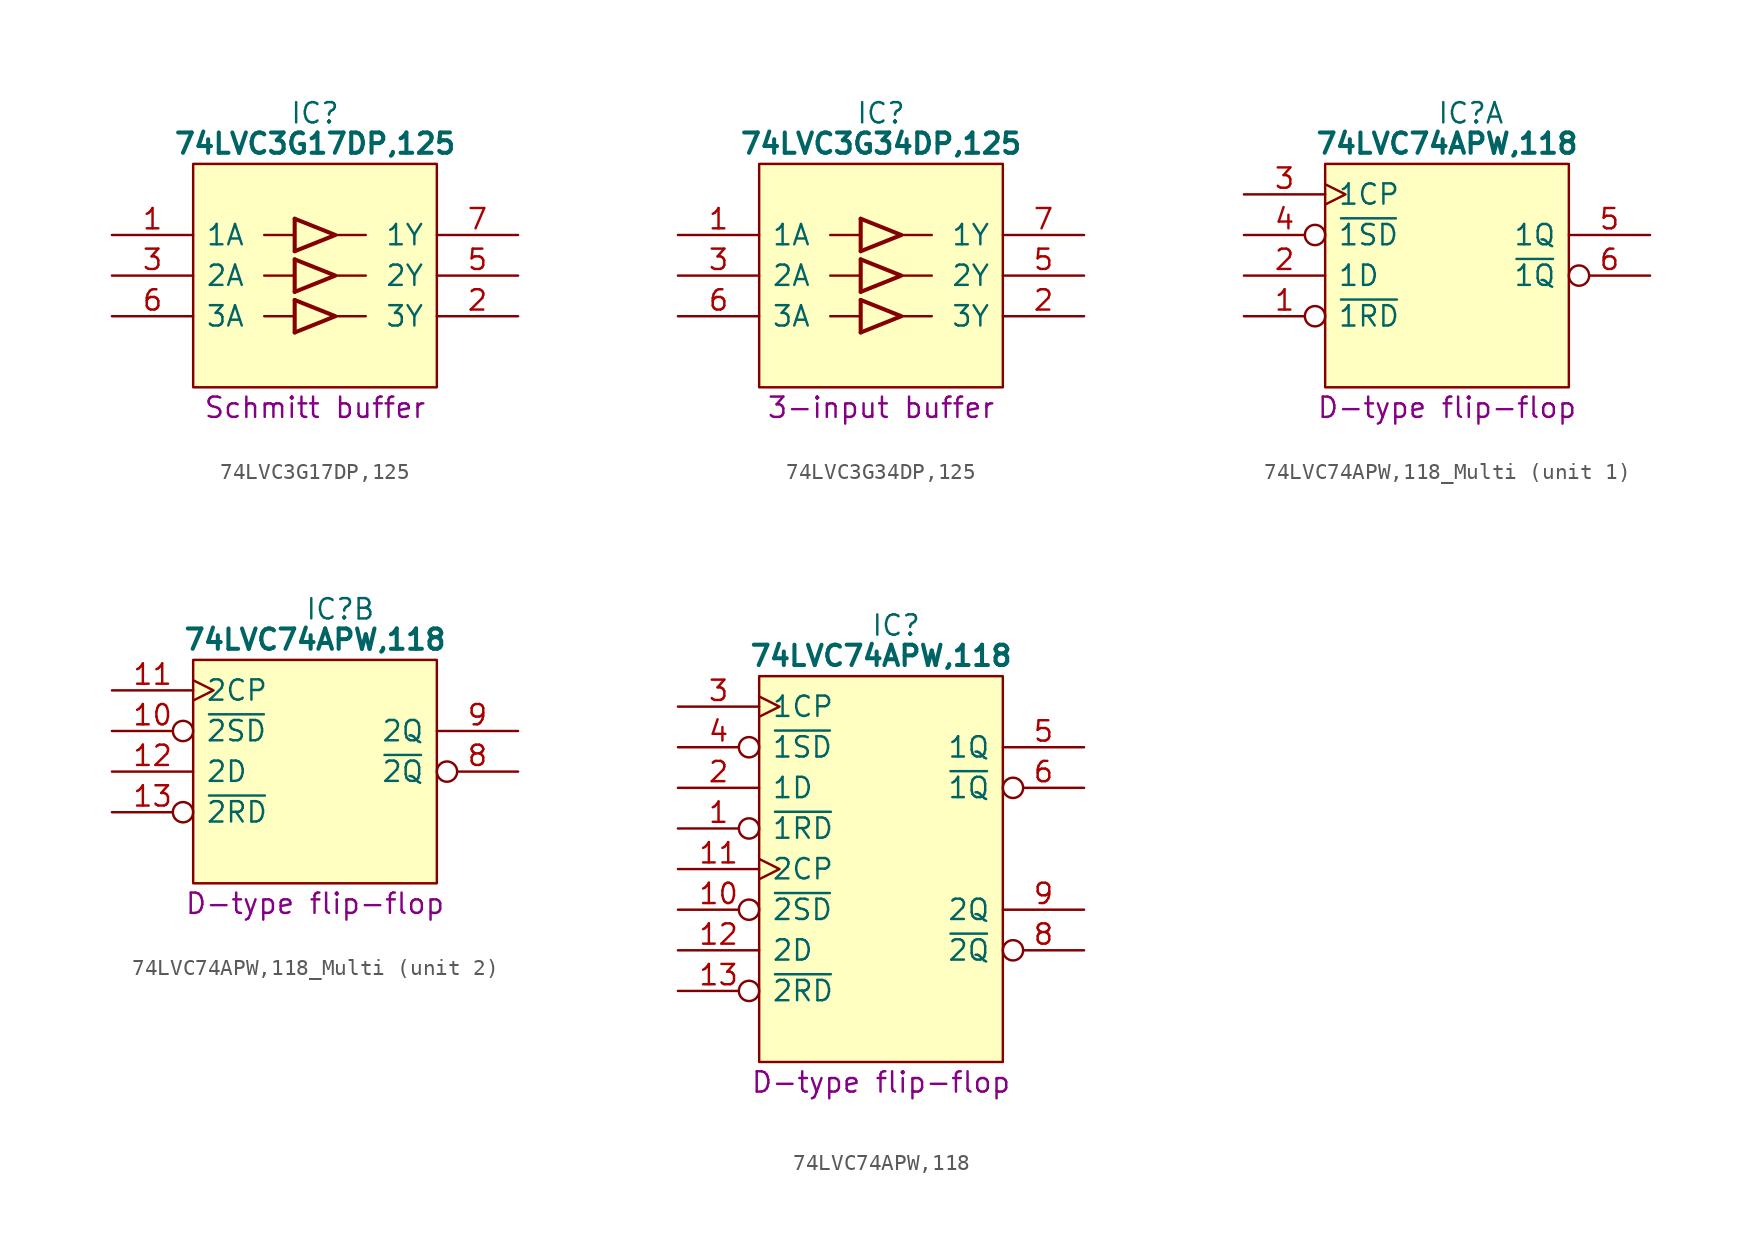
<source format=kicad_sym>
(kicad_symbol_lib
  (version 20231120)
  (generator "kicad_symbol_editor")
  (generator_version "8.0")
  (symbol "74LVC3G17DP,125"
    (pin_names
      (offset 0.762))
    (property "Reference" "IC"
      (at 12.7 7.62 0)
      (effects (font (size 1.27 1.27))))
    (property "Value" "74LVC3G17DP,125"
      (at 12.7 5.715 0)
      (effects (font (size 1.27 1.27) (bold yes))))
    (property "Description" "Schmitt buffer"
      (at 12.7 -10.795 0)
      (effects (font (size 1.27 1.27))))
    (symbol "74LVC3G17DP,125_0_0"
      (pin input line (at 0 0 0) (length 5.08) (name "1A" (effects (font (size 1.27 1.27)))) (number "1" (effects (font (size 1.27 1.27)))))
      (pin output line (at 25.4 -5.08 180) (length 5.08) (name "3Y" (effects (font (size 1.27 1.27)))) (number "2" (effects (font (size 1.27 1.27)))))
      (pin input line (at 0 -2.54 0) (length 5.08) (name "2A" (effects (font (size 1.27 1.27)))) (number "3" (effects (font (size 1.27 1.27)))))
      (pin passive line (at 0 -7.62 0) (length 5.08) hide (name "GND" (effects (font (size 1.27 1.27)))) (number "4" (effects (font (size 1.27 1.27)))))
      (pin output line (at 25.4 -2.54 180) (length 5.08) (name "2Y" (effects (font (size 1.27 1.27)))) (number "5" (effects (font (size 1.27 1.27)))))
      (pin input line (at 0 -5.08 0) (length 5.08) (name "3A" (effects (font (size 1.27 1.27)))) (number "6" (effects (font (size 1.27 1.27)))))
      (pin output line (at 25.4 0 180) (length 5.08) (name "1Y" (effects (font (size 1.27 1.27)))) (number "7" (effects (font (size 1.27 1.27)))))
      (pin passive line (at 25.4 2.54 180) (length 5.08) hide (name "3V" (effects (font (size 1.27 1.27)))) (number "8" (effects (font (size 1.27 1.27))))))
    (symbol "74LVC3G17DP,125_0_1"
      (polyline (pts (xy 9.525 -5.08) (xy 11.43 -5.08)) (stroke (width 0) (type default)) (fill (type none)))
      (polyline (pts (xy 9.525 -2.54) (xy 11.43 -2.54)) (stroke (width 0) (type default)) (fill (type none)))
      (polyline (pts (xy 9.525 0) (xy 11.43 0)) (stroke (width 0) (type default)) (fill (type none)))
      (polyline (pts (xy 13.97 -5.08) (xy 15.875 -5.08)) (stroke (width 0) (type default)) (fill (type none)))
      (polyline (pts (xy 13.97 -2.54) (xy 15.875 -2.54)) (stroke (width 0) (type default)) (fill (type none)))
      (polyline (pts (xy 13.97 0) (xy 15.875 0)) (stroke (width 0) (type default)) (fill (type none)))
      (polyline (pts (xy 11.43 -6.096) (xy 13.97 -5.08) (xy 11.43 -4.064)) (stroke (width 0.254) (type default)) (fill (type none)))
      (polyline (pts (xy 11.43 -3.556) (xy 13.97 -2.54) (xy 11.43 -1.524)) (stroke (width 0.254) (type default)) (fill (type none)))
      (polyline (pts (xy 11.43 -1.016) (xy 13.97 0) (xy 11.43 1.016)) (stroke (width 0.254) (type default)) (fill (type none)))
      (polyline (pts (xy 5.08 4.445) (xy 20.32 4.445) (xy 20.32 -9.525) (xy 5.08 -9.525) (xy 5.08 4.445)) (stroke (width 0.152) (type default)) (fill (type background)))
      (rectangle (start 11.43 -4.064) (end 11.43 -6.096) (stroke (width 0.254) (type default)) (fill (type background)))
      (rectangle (start 11.43 -1.524) (end 11.43 -3.556) (stroke (width 0.254) (type default)) (fill (type background)))
      (rectangle (start 11.43 1.016) (end 11.43 -1.016) (stroke (width 0.254) (type default)) (fill (type background)))))
  (symbol "74LVC3G34DP,125"
    (pin_names
      (offset 0.762))
    (property "Reference" "IC"
      (at 12.7 5.08 0)
      (effects (font (size 1.27 1.27))))
    (property "Value" "74LVC3G34DP,125"
      (at 12.7 3.175 0)
      (effects (font (size 1.27 1.27) (bold yes))))
    (property "Description" "3-input buffer"
      (at 12.7 -13.335 0)
      (effects (font (size 1.27 1.27))))
    (symbol "74LVC3G34DP,125_0_0"
      (pin input line (at 0 -2.54 0) (length 5.08) (name "1A" (effects (font (size 1.27 1.27)))) (number "1" (effects (font (size 1.27 1.27)))))
      (pin output line (at 25.4 -7.62 180) (length 5.08) (name "3Y" (effects (font (size 1.27 1.27)))) (number "2" (effects (font (size 1.27 1.27)))))
      (pin input line (at 0 -5.08 0) (length 5.08) (name "2A" (effects (font (size 1.27 1.27)))) (number "3" (effects (font (size 1.27 1.27)))))
      (pin output line (at 25.4 -5.08 180) (length 5.08) (name "2Y" (effects (font (size 1.27 1.27)))) (number "5" (effects (font (size 1.27 1.27)))))
      (pin input line (at 0 -7.62 0) (length 5.08) (name "3A" (effects (font (size 1.27 1.27)))) (number "6" (effects (font (size 1.27 1.27)))))
      (pin output line (at 25.4 -2.54 180) (length 5.08) (name "1Y" (effects (font (size 1.27 1.27)))) (number "7" (effects (font (size 1.27 1.27))))))
    (symbol "74LVC3G34DP,125_0_1"
      (polyline (pts (xy 9.525 -7.62) (xy 11.43 -7.62)) (stroke (width 0) (type default)) (fill (type none)))
      (polyline (pts (xy 9.525 -5.08) (xy 11.43 -5.08)) (stroke (width 0) (type default)) (fill (type none)))
      (polyline (pts (xy 9.525 -2.54) (xy 11.43 -2.54)) (stroke (width 0) (type default)) (fill (type none)))
      (polyline (pts (xy 13.97 -7.62) (xy 15.875 -7.62)) (stroke (width 0) (type default)) (fill (type none)))
      (polyline (pts (xy 13.97 -5.08) (xy 15.875 -5.08)) (stroke (width 0) (type default)) (fill (type none)))
      (polyline (pts (xy 13.97 -2.54) (xy 15.875 -2.54)) (stroke (width 0) (type default)) (fill (type none)))
      (polyline (pts (xy 11.43 -8.636) (xy 13.97 -7.62) (xy 11.43 -6.604)) (stroke (width 0.254) (type default)) (fill (type none)))
      (polyline (pts (xy 11.43 -6.096) (xy 13.97 -5.08) (xy 11.43 -4.064)) (stroke (width 0.254) (type default)) (fill (type none)))
      (polyline (pts (xy 11.43 -3.556) (xy 13.97 -2.54) (xy 11.43 -1.524)) (stroke (width 0.254) (type default)) (fill (type none)))
      (polyline (pts (xy 5.08 1.905) (xy 20.32 1.905) (xy 20.32 -12.065) (xy 5.08 -12.065) (xy 5.08 1.905)) (stroke (width 0.152) (type default)) (fill (type background)))
      (rectangle (start 11.43 -6.604) (end 11.43 -8.636) (stroke (width 0.254) (type default)) (fill (type background)))
      (rectangle (start 11.43 -4.064) (end 11.43 -6.096) (stroke (width 0.254) (type default)) (fill (type background)))
      (rectangle (start 11.43 -1.524) (end 11.43 -3.556) (stroke (width 0.254) (type default)) (fill (type background))))
    (symbol "74LVC3G34DP,125_1_0"
      (pin passive line (at 0 -10.16 0) (length 5.08) hide (name "GND" (effects (font (size 1.27 1.27)))) (number "4" (effects (font (size 1.27 1.27)))))
      (pin passive line (at 25.4 0 180) (length 5.08) hide (name "3V" (effects (font (size 1.27 1.27)))) (number "8" (effects (font (size 1.27 1.27)))))))
  (symbol "74LVC74APW,118_Multi"
    (pin_names
      (offset 0.762))
    (property "Reference" "IC"
      (at 12.065 5.08 0)
      (effects (font (size 1.27 1.27)) (justify left)))
    (property "Value" "74LVC74APW,118"
      (at 12.7 3.175 0)
      (effects (font (size 1.27 1.27) (bold yes))))
    (property "Description" "D-type flip-flop"
      (at 12.7 -13.335 0)
      (effects (font (size 1.27 1.27))))
    (symbol "74LVC74APW,118_Multi_0_0"
      (pin passive line (at 25.4 0 180) (length 5.08) hide (name "3V" (effects (font (size 1.27 1.27)))) (number "14" (effects (font (size 1.27 1.27)))))
      (pin passive line (at 0 -10.16 0) (length 5.08) hide (name "GND" (effects (font (size 1.27 1.27)))) (number "7" (effects (font (size 1.27 1.27))))))
    (symbol "74LVC74APW,118_Multi_0_1"
      (polyline (pts (xy 5.08 1.905) (xy 20.32 1.905) (xy 20.32 -12.065) (xy 5.08 -12.065) (xy 5.08 1.905)) (stroke (width 0.152) (type default)) (fill (type background))))
    (symbol "74LVC74APW,118_Multi_1_0"
      (pin input inverted (at 0 -7.62 0) (length 5.08) (name "~{1RD}" (effects (font (size 1.27 1.27)))) (number "1" (effects (font (size 1.27 1.27)))))
      (pin input line (at 0 -5.08 0) (length 5.08) (name "1D" (effects (font (size 1.27 1.27)))) (number "2" (effects (font (size 1.27 1.27)))))
      (pin input clock (at 0 0 0) (length 5.08) (name "1CP" (effects (font (size 1.27 1.27)))) (number "3" (effects (font (size 1.27 1.27)))))
      (pin input inverted (at 0 -2.54 0) (length 5.08) (name "~{1SD}" (effects (font (size 1.27 1.27)))) (number "4" (effects (font (size 1.27 1.27)))))
      (pin output line (at 25.4 -2.54 180) (length 5.08) (name "1Q" (effects (font (size 1.27 1.27)))) (number "5" (effects (font (size 1.27 1.27)))))
      (pin output inverted (at 25.4 -5.08 180) (length 5.08) (name "~{1Q}" (effects (font (size 1.27 1.27)))) (number "6" (effects (font (size 1.27 1.27))))))
    (symbol "74LVC74APW,118_Multi_2_0"
      (pin input inverted (at 0 -2.54 0) (length 5.08) (name "~{2SD}" (effects (font (size 1.27 1.27)))) (number "10" (effects (font (size 1.27 1.27)))))
      (pin input clock (at 0 0 0) (length 5.08) (name "2CP" (effects (font (size 1.27 1.27)))) (number "11" (effects (font (size 1.27 1.27)))))
      (pin input line (at 0 -5.08 0) (length 5.08) (name "2D" (effects (font (size 1.27 1.27)))) (number "12" (effects (font (size 1.27 1.27)))))
      (pin input inverted (at 0 -7.62 0) (length 5.08) (name "~{2RD}" (effects (font (size 1.27 1.27)))) (number "13" (effects (font (size 1.27 1.27)))))
      (pin output inverted (at 25.4 -5.08 180) (length 5.08) (name "~{2Q}" (effects (font (size 1.27 1.27)))) (number "8" (effects (font (size 1.27 1.27)))))
      (pin output line (at 25.4 -2.54 180) (length 5.08) (name "2Q" (effects (font (size 1.27 1.27)))) (number "9" (effects (font (size 1.27 1.27)))))))
  (symbol "74LVC74APW,118"
    (pin_names
      (offset 0.762))
    (property "Reference" "IC"
      (at 12.065 5.08 0)
      (effects (font (size 1.27 1.27)) (justify left)))
    (property "Value" "74LVC74APW,118"
      (at 12.7 3.175 0)
      (effects (font (size 1.27 1.27) (bold yes))))
    (property "Description" "D-type flip-flop"
      (at 12.7 -23.495 0)
      (effects (font (size 1.27 1.27))))
    (symbol "74LVC74APW,118_0_0"
      (pin input inverted (at 0 -7.62 0) (length 5.08) (name "~{1RD}" (effects (font (size 1.27 1.27)))) (number "1" (effects (font (size 1.27 1.27)))))
      (pin input inverted (at 0 -12.7 0) (length 5.08) (name "~{2SD}" (effects (font (size 1.27 1.27)))) (number "10" (effects (font (size 1.27 1.27)))))
      (pin input clock (at 0 -10.16 0) (length 5.08) (name "2CP" (effects (font (size 1.27 1.27)))) (number "11" (effects (font (size 1.27 1.27)))))
      (pin input line (at 0 -15.24 0) (length 5.08) (name "2D" (effects (font (size 1.27 1.27)))) (number "12" (effects (font (size 1.27 1.27)))))
      (pin input inverted (at 0 -17.78 0) (length 5.08) (name "~{2RD}" (effects (font (size 1.27 1.27)))) (number "13" (effects (font (size 1.27 1.27)))))
      (pin passive line (at 25.4 0 180) (length 5.08) hide (name "3V" (effects (font (size 1.27 1.27)))) (number "14" (effects (font (size 1.27 1.27)))))
      (pin input line (at 0 -5.08 0) (length 5.08) (name "1D" (effects (font (size 1.27 1.27)))) (number "2" (effects (font (size 1.27 1.27)))))
      (pin input clock (at 0 0 0) (length 5.08) (name "1CP" (effects (font (size 1.27 1.27)))) (number "3" (effects (font (size 1.27 1.27)))))
      (pin input inverted (at 0 -2.54 0) (length 5.08) (name "~{1SD}" (effects (font (size 1.27 1.27)))) (number "4" (effects (font (size 1.27 1.27)))))
      (pin output line (at 25.4 -2.54 180) (length 5.08) (name "1Q" (effects (font (size 1.27 1.27)))) (number "5" (effects (font (size 1.27 1.27)))))
      (pin output inverted (at 25.4 -5.08 180) (length 5.08) (name "~{1Q}" (effects (font (size 1.27 1.27)))) (number "6" (effects (font (size 1.27 1.27)))))
      (pin passive line (at 0 -20.32 0) (length 5.08) hide (name "GND" (effects (font (size 1.27 1.27)))) (number "7" (effects (font (size 1.27 1.27)))))
      (pin output inverted (at 25.4 -15.24 180) (length 5.08) (name "~{2Q}" (effects (font (size 1.27 1.27)))) (number "8" (effects (font (size 1.27 1.27)))))
      (pin output line (at 25.4 -12.7 180) (length 5.08) (name "2Q" (effects (font (size 1.27 1.27)))) (number "9" (effects (font (size 1.27 1.27))))))
    (symbol "74LVC74APW,118_0_1"
      (polyline (pts (xy 5.08 1.905) (xy 20.32 1.905) (xy 20.32 -22.225) (xy 5.08 -22.225) (xy 5.08 1.905)) (stroke (width 0.152) (type default)) (fill (type background))))))
</source>
